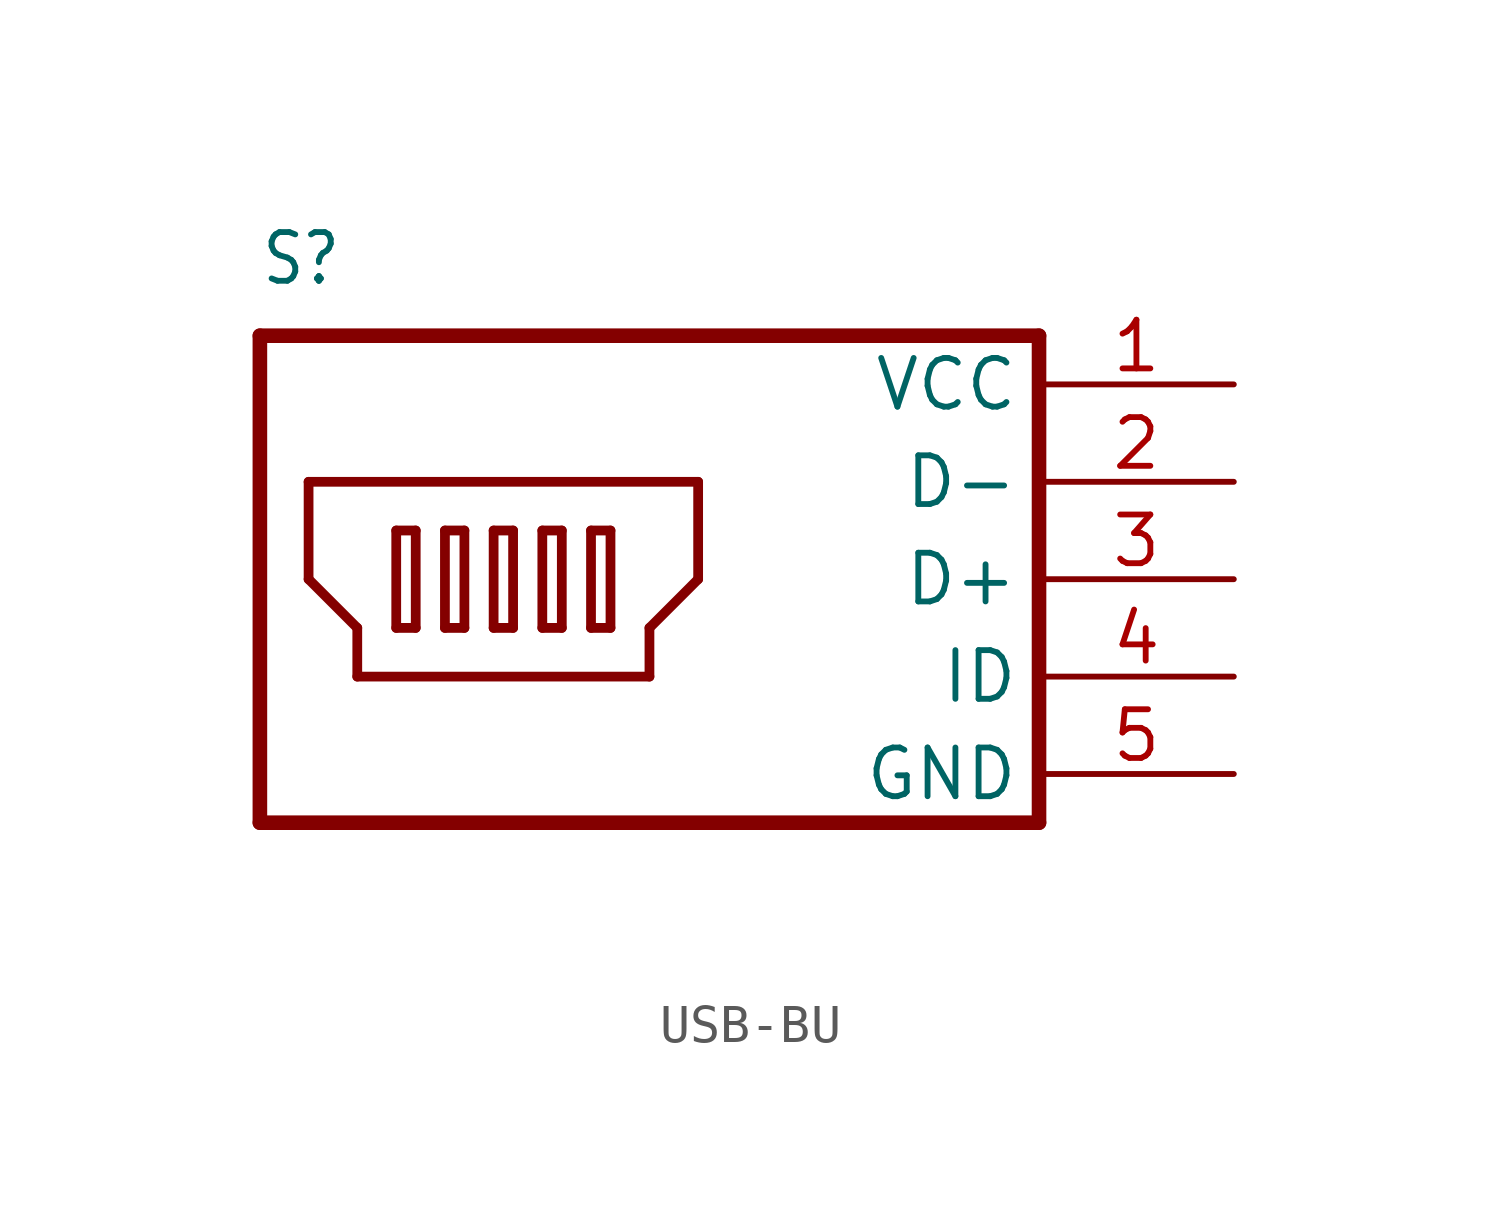
<source format=kicad_sym>
(kicad_symbol_lib
  (version 20231120)
  (generator "kicad_symbol_editor")
  (generator_version "8.0")
  (symbol "USB-BU"
    (property "Reference" "S"
      (at -17.78 12.7 0)
      (effects (font (size 1.27 1.079)) (justify left bottom)))
    (property "Value" ""
      (at -17.78 -3.81 0)
      (effects (font (size 1.27 1.079)) (justify left bottom)))
    (property "ki_locked" ""
      (at 0 0 0)
      (effects (font (size 1.27 1.27))))
    (symbol "USB-BU_1_0"
      (polyline (pts (xy -17.78 -1.27) (xy 2.54 -1.27)) (stroke (width 0.381) (type solid)) (fill (type none)))
      (polyline (pts (xy -17.78 11.43) (xy -17.78 -1.27)) (stroke (width 0.381) (type solid)) (fill (type none)))
      (polyline (pts (xy -16.51 5.08) (xy -15.24 3.81)) (stroke (width 0.254) (type solid)) (fill (type none)))
      (polyline (pts (xy -16.51 7.62) (xy -16.51 5.08)) (stroke (width 0.254) (type solid)) (fill (type none)))
      (polyline (pts (xy -15.24 2.54) (xy -7.62 2.54)) (stroke (width 0.254) (type solid)) (fill (type none)))
      (polyline (pts (xy -15.24 3.81) (xy -15.24 2.54)) (stroke (width 0.254) (type solid)) (fill (type none)))
      (polyline (pts (xy -14.224 3.81) (xy -14.224 6.35)) (stroke (width 0.254) (type solid)) (fill (type none)))
      (polyline (pts (xy -14.224 6.35) (xy -13.716 6.35)) (stroke (width 0.254) (type solid)) (fill (type none)))
      (polyline (pts (xy -13.716 3.81) (xy -14.224 3.81)) (stroke (width 0.254) (type solid)) (fill (type none)))
      (polyline (pts (xy -13.716 6.35) (xy -13.716 3.81)) (stroke (width 0.254) (type solid)) (fill (type none)))
      (polyline (pts (xy -12.954 3.81) (xy -12.954 6.35)) (stroke (width 0.254) (type solid)) (fill (type none)))
      (polyline (pts (xy -12.954 6.35) (xy -12.446 6.35)) (stroke (width 0.254) (type solid)) (fill (type none)))
      (polyline (pts (xy -12.446 3.81) (xy -12.954 3.81)) (stroke (width 0.254) (type solid)) (fill (type none)))
      (polyline (pts (xy -12.446 6.35) (xy -12.446 3.81)) (stroke (width 0.254) (type solid)) (fill (type none)))
      (polyline (pts (xy -11.684 3.81) (xy -11.684 6.35)) (stroke (width 0.254) (type solid)) (fill (type none)))
      (polyline (pts (xy -11.684 6.35) (xy -11.176 6.35)) (stroke (width 0.254) (type solid)) (fill (type none)))
      (polyline (pts (xy -11.176 3.81) (xy -11.684 3.81)) (stroke (width 0.254) (type solid)) (fill (type none)))
      (polyline (pts (xy -11.176 6.35) (xy -11.176 3.81)) (stroke (width 0.254) (type solid)) (fill (type none)))
      (polyline (pts (xy -10.414 3.81) (xy -10.414 6.35)) (stroke (width 0.254) (type solid)) (fill (type none)))
      (polyline (pts (xy -10.414 6.35) (xy -9.906 6.35)) (stroke (width 0.254) (type solid)) (fill (type none)))
      (polyline (pts (xy -9.906 3.81) (xy -10.414 3.81)) (stroke (width 0.254) (type solid)) (fill (type none)))
      (polyline (pts (xy -9.906 6.35) (xy -9.906 3.81)) (stroke (width 0.254) (type solid)) (fill (type none)))
      (polyline (pts (xy -9.144 3.81) (xy -9.144 6.35)) (stroke (width 0.254) (type solid)) (fill (type none)))
      (polyline (pts (xy -9.144 6.35) (xy -8.636 6.35)) (stroke (width 0.254) (type solid)) (fill (type none)))
      (polyline (pts (xy -8.636 3.81) (xy -9.144 3.81)) (stroke (width 0.254) (type solid)) (fill (type none)))
      (polyline (pts (xy -8.636 6.35) (xy -8.636 3.81)) (stroke (width 0.254) (type solid)) (fill (type none)))
      (polyline (pts (xy -7.62 2.54) (xy -7.62 3.81)) (stroke (width 0.254) (type solid)) (fill (type none)))
      (polyline (pts (xy -7.62 3.81) (xy -6.35 5.08)) (stroke (width 0.254) (type solid)) (fill (type none)))
      (polyline (pts (xy -6.35 5.08) (xy -6.35 7.62)) (stroke (width 0.254) (type solid)) (fill (type none)))
      (polyline (pts (xy -6.35 7.62) (xy -16.51 7.62)) (stroke (width 0.254) (type solid)) (fill (type none)))
      (polyline (pts (xy 2.54 -1.27) (xy 2.54 11.43)) (stroke (width 0.381) (type solid)) (fill (type none)))
      (polyline (pts (xy 2.54 11.43) (xy -17.78 11.43)) (stroke (width 0.381) (type solid)) (fill (type none)))
      (pin bidirectional line (at 7.62 10.16 180) (length 5.08) (name "VCC" (effects (font (size 1.27 1.27)))) (number "1" (effects (font (size 1.27 1.27)))))
      (pin bidirectional line (at 7.62 7.62 180) (length 5.08) (name "D-" (effects (font (size 1.27 1.27)))) (number "2" (effects (font (size 1.27 1.27)))))
      (pin bidirectional line (at 7.62 5.08 180) (length 5.08) (name "D+" (effects (font (size 1.27 1.27)))) (number "3" (effects (font (size 1.27 1.27)))))
      (pin bidirectional line (at 7.62 2.54 180) (length 5.08) (name "ID" (effects (font (size 1.27 1.27)))) (number "4" (effects (font (size 1.27 1.27)))))
      (pin bidirectional line (at 7.62 0 180) (length 5.08) (name "GND" (effects (font (size 1.27 1.27)))) (number "5" (effects (font (size 1.27 1.27))))))))
</source>
